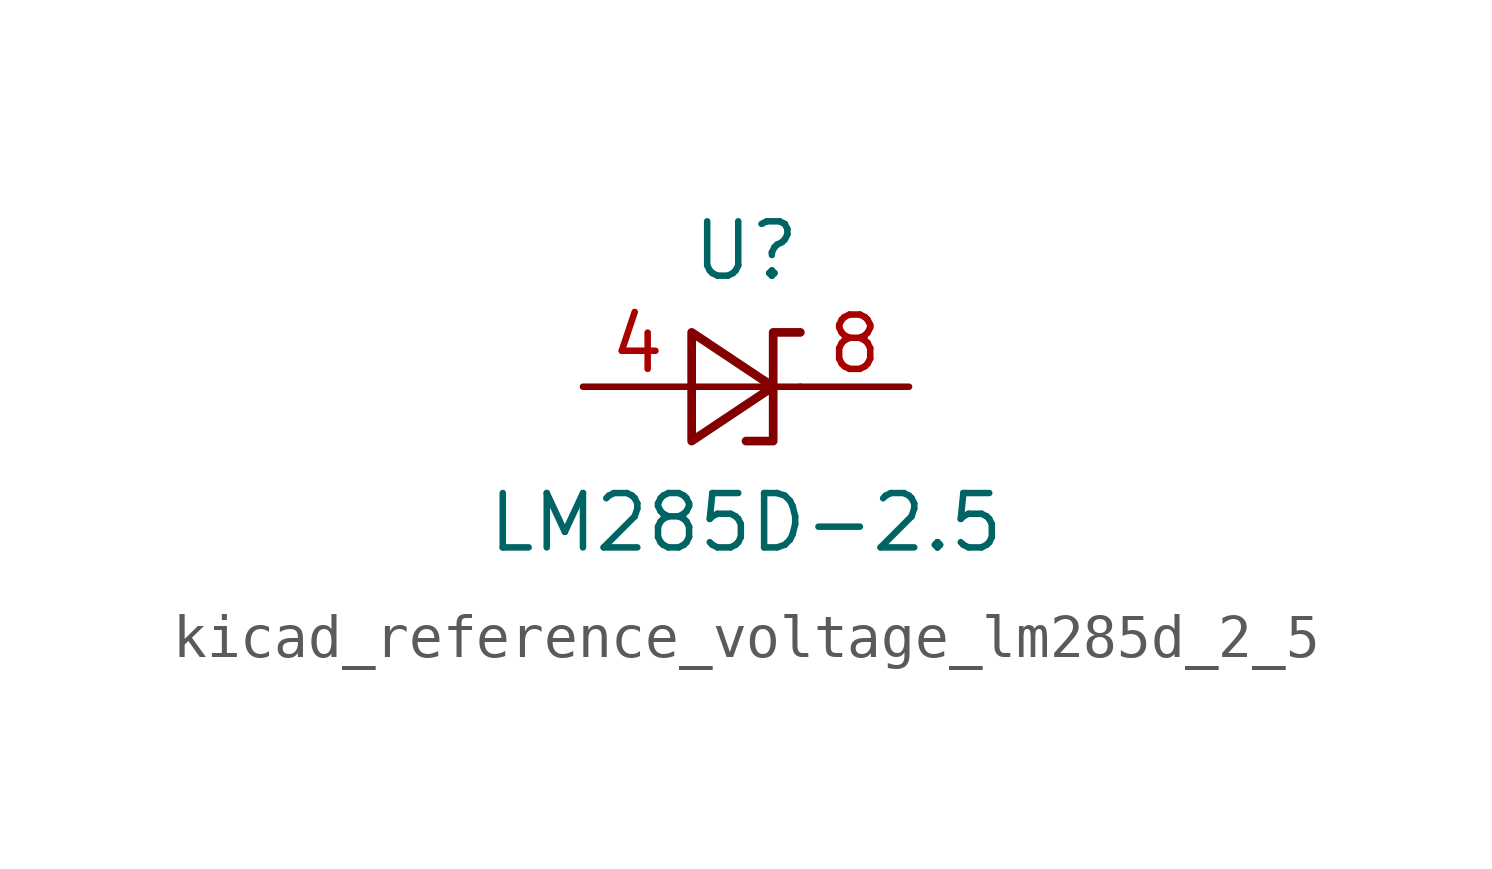
<source format=kicad_sym>
(kicad_symbol_lib
  (version 20220914)
  (generator kicad_symbol_editor)
  (symbol "kicad_reference_voltage_lm285d_2_5"
    (pin_names
      (offset 0.025) hide)
    (property "Reference" "U"
      (at 0 3.175 0)
      (effects (font (size 1.27 1.27))))
    (property "Value" "LM285D-2.5"
      (at 0 -3.175 0)
      (effects (font (size 1.27 1.27))))
    (symbol "kicad_reference_voltage_lm285d_2_5_0_1"
      (polyline (pts (xy -1.27 0) (xy 0 0) (xy 1.27 0)) (stroke (width 0) (type default)) (fill (type none)))
      (polyline (pts (xy -1.27 -1.27) (xy 0.635 0) (xy -1.27 1.27) (xy -1.27 -1.27)) (stroke (width 0.203) (type default)) (fill (type none)))
      (polyline (pts (xy 0 -1.27) (xy 0.635 -1.27) (xy 0.635 1.27) (xy 1.27 1.27)) (stroke (width 0.203) (type default)) (fill (type none))))
    (symbol "kicad_reference_voltage_lm285d_2_5_1_1"
      (pin passive line (at -3.81 0 0) (length 2.54) (name "A" (effects (font (size 1.27 1.27)))) (number "4" (effects (font (size 1.27 1.27)))))
      (pin passive line (at 3.81 0 180) (length 2.54) (name "K" (effects (font (size 1.27 1.27)))) (number "8" (effects (font (size 1.27 1.27))))))))
</source>
